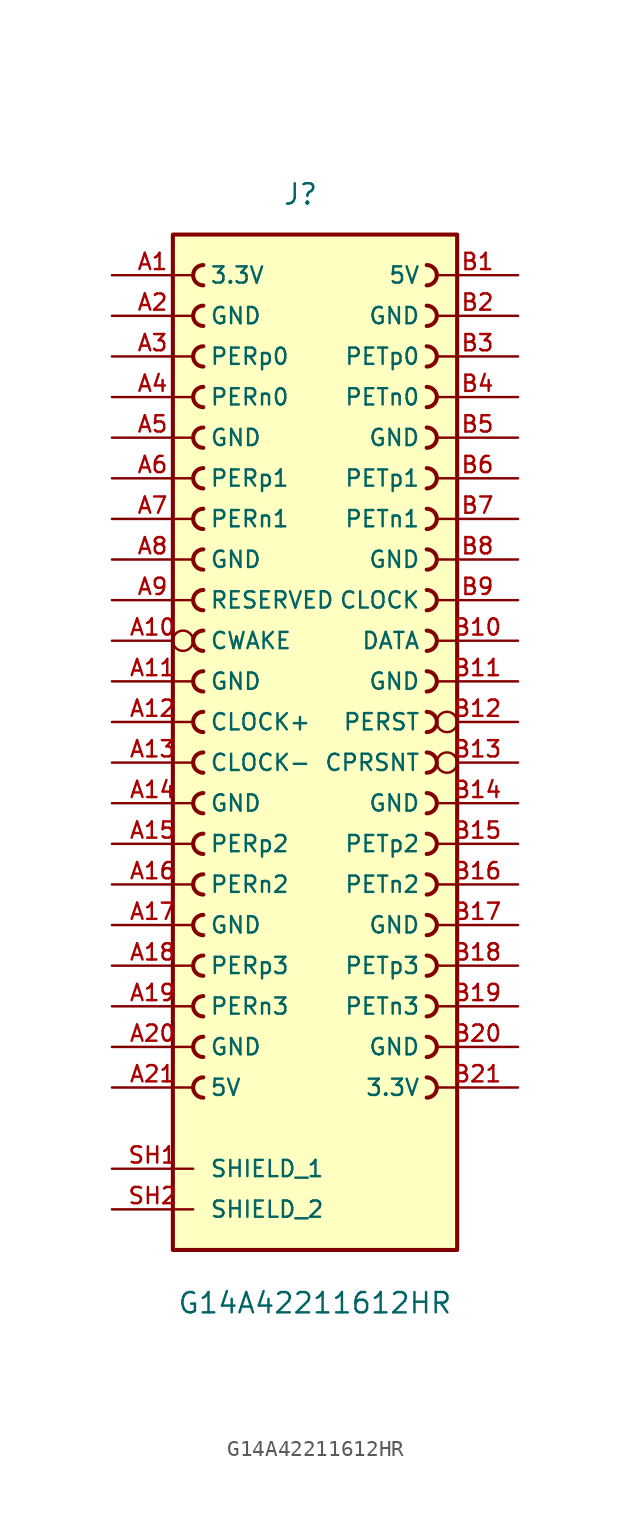
<source format=kicad_sym>
(kicad_symbol_lib
  (version 20231120)
  (generator "kicad_symbol_editor")
  (generator_version "8.0")
  (symbol "G14A42211612HR"
    (pin_names
      (offset 1.016))
    (property "Reference" "J"
      (at -2.032 33.528 0)
      (effects (font (size 1.27 1.27)) (justify left bottom)))
    (property "Value" "G14A42211612HR"
      (at -8.636 -35.814 0)
      (effects (font (size 1.27 1.27)) (justify left bottom)))
    (symbol "G14A42211612HR_0_0"
      (rectangle (start -8.89 31.75) (end 8.89 -31.75) (stroke (width 0.254) (type default)) (fill (type background)))
      (arc (start -6.985 -20.955) (mid -7.6172 -21.59) (end -6.985 -22.225) (stroke (width 0.254) (type default)) (fill (type none)))
      (arc (start -6.985 -18.415) (mid -7.6172 -19.05) (end -6.985 -19.685) (stroke (width 0.254) (type default)) (fill (type none)))
      (arc (start -6.985 -15.875) (mid -7.6172 -16.51) (end -6.985 -17.145) (stroke (width 0.254) (type default)) (fill (type none)))
      (arc (start -6.985 -13.335) (mid -7.6172 -13.97) (end -6.985 -14.605) (stroke (width 0.254) (type default)) (fill (type none)))
      (arc (start -6.985 -10.795) (mid -7.6172 -11.43) (end -6.985 -12.065) (stroke (width 0.254) (type default)) (fill (type none)))
      (arc (start -6.985 -8.255) (mid -7.6172 -8.89) (end -6.985 -9.525) (stroke (width 0.254) (type default)) (fill (type none)))
      (arc (start -6.985 -5.715) (mid -7.6172 -6.35) (end -6.985 -6.985) (stroke (width 0.254) (type default)) (fill (type none)))
      (arc (start -6.985 -3.175) (mid -7.6172 -3.81) (end -6.985 -4.445) (stroke (width 0.254) (type default)) (fill (type none)))
      (arc (start -6.985 -0.635) (mid -7.6172 -1.27) (end -6.985 -1.905) (stroke (width 0.254) (type default)) (fill (type none)))
      (arc (start -6.985 1.905) (mid -7.6172 1.27) (end -6.985 0.635) (stroke (width 0.254) (type default)) (fill (type none)))
      (arc (start -6.985 4.445) (mid -7.6172 3.81) (end -6.985 3.175) (stroke (width 0.254) (type default)) (fill (type none)))
      (arc (start -6.985 6.985) (mid -7.6172 6.35) (end -6.985 5.715) (stroke (width 0.254) (type default)) (fill (type none)))
      (arc (start -6.985 9.525) (mid -7.6172 8.89) (end -6.985 8.255) (stroke (width 0.254) (type default)) (fill (type none)))
      (arc (start -6.985 12.065) (mid -7.6172 11.43) (end -6.985 10.795) (stroke (width 0.254) (type default)) (fill (type none)))
      (arc (start -6.985 14.605) (mid -7.6172 13.97) (end -6.985 13.335) (stroke (width 0.254) (type default)) (fill (type none)))
      (arc (start -6.985 17.145) (mid -7.6172 16.51) (end -6.985 15.875) (stroke (width 0.254) (type default)) (fill (type none)))
      (arc (start -6.985 19.685) (mid -7.6172 19.05) (end -6.985 18.415) (stroke (width 0.254) (type default)) (fill (type none)))
      (arc (start -6.985 22.225) (mid -7.6172 21.59) (end -6.985 20.955) (stroke (width 0.254) (type default)) (fill (type none)))
      (arc (start -6.985 24.765) (mid -7.6172 24.13) (end -6.985 23.495) (stroke (width 0.254) (type default)) (fill (type none)))
      (arc (start -6.985 27.305) (mid -7.6172 26.67) (end -6.985 26.035) (stroke (width 0.254) (type default)) (fill (type none)))
      (arc (start -6.985 29.845) (mid -7.6172 29.21) (end -6.985 28.575) (stroke (width 0.254) (type default)) (fill (type none)))
      (arc (start 6.985 -22.225) (mid 7.617 -21.59) (end 6.985 -20.955) (stroke (width 0.254) (type default)) (fill (type none)))
      (arc (start 6.985 -19.685) (mid 7.617 -19.05) (end 6.985 -18.415) (stroke (width 0.254) (type default)) (fill (type none)))
      (arc (start 6.985 -17.145) (mid 7.617 -16.51) (end 6.985 -15.875) (stroke (width 0.254) (type default)) (fill (type none)))
      (arc (start 6.985 -14.605) (mid 7.617 -13.97) (end 6.985 -13.335) (stroke (width 0.254) (type default)) (fill (type none)))
      (arc (start 6.985 -12.065) (mid 7.617 -11.43) (end 6.985 -10.795) (stroke (width 0.254) (type default)) (fill (type none)))
      (arc (start 6.985 -9.525) (mid 7.617 -8.89) (end 6.985 -8.255) (stroke (width 0.254) (type default)) (fill (type none)))
      (arc (start 6.985 -6.985) (mid 7.617 -6.35) (end 6.985 -5.715) (stroke (width 0.254) (type default)) (fill (type none)))
      (arc (start 6.985 -4.445) (mid 7.617 -3.81) (end 6.985 -3.175) (stroke (width 0.254) (type default)) (fill (type none)))
      (arc (start 6.985 -1.905) (mid 7.617 -1.27) (end 6.985 -0.635) (stroke (width 0.254) (type default)) (fill (type none)))
      (arc (start 6.985 0.635) (mid 7.617 1.27) (end 6.985 1.905) (stroke (width 0.254) (type default)) (fill (type none)))
      (arc (start 6.985 3.175) (mid 7.617 3.81) (end 6.985 4.445) (stroke (width 0.254) (type default)) (fill (type none)))
      (arc (start 6.985 5.715) (mid 7.617 6.35) (end 6.985 6.985) (stroke (width 0.254) (type default)) (fill (type none)))
      (arc (start 6.985 8.255) (mid 7.617 8.89) (end 6.985 9.525) (stroke (width 0.254) (type default)) (fill (type none)))
      (arc (start 6.985 10.795) (mid 7.617 11.43) (end 6.985 12.065) (stroke (width 0.254) (type default)) (fill (type none)))
      (arc (start 6.985 13.335) (mid 7.617 13.97) (end 6.985 14.605) (stroke (width 0.254) (type default)) (fill (type none)))
      (arc (start 6.985 15.875) (mid 7.617 16.51) (end 6.985 17.145) (stroke (width 0.254) (type default)) (fill (type none)))
      (arc (start 6.985 18.415) (mid 7.617 19.05) (end 6.985 19.685) (stroke (width 0.254) (type default)) (fill (type none)))
      (arc (start 6.985 20.955) (mid 7.617 21.59) (end 6.985 22.225) (stroke (width 0.254) (type default)) (fill (type none)))
      (arc (start 6.985 23.495) (mid 7.617 24.13) (end 6.985 24.765) (stroke (width 0.254) (type default)) (fill (type none)))
      (arc (start 6.985 26.035) (mid 7.617 26.67) (end 6.985 27.305) (stroke (width 0.254) (type default)) (fill (type none)))
      (arc (start 6.985 28.575) (mid 7.617 29.21) (end 6.985 29.845) (stroke (width 0.254) (type default)) (fill (type none))))
    (symbol "G14A42211612HR_1_0"
      (pin power_in line (at -12.7 29.21 0) (length 5.08) (name "3.3V" (effects (font (size 1.016 1.016)))) (number "A1" (effects (font (size 1.016 1.016)))))
      (pin passive inverted (at -12.7 6.35 0) (length 5.08) (name "CWAKE" (effects (font (size 1.016 1.016)))) (number "A10" (effects (font (size 1.016 1.016)))))
      (pin power_in line (at -12.7 3.81 0) (length 5.08) (name "GND" (effects (font (size 1.016 1.016)))) (number "A11" (effects (font (size 1.016 1.016)))))
      (pin passive line (at -12.7 1.27 0) (length 5.08) (name "CLOCK+" (effects (font (size 1.016 1.016)))) (number "A12" (effects (font (size 1.016 1.016)))))
      (pin passive line (at -12.7 -1.27 0) (length 5.08) (name "CLOCK-" (effects (font (size 1.016 1.016)))) (number "A13" (effects (font (size 1.016 1.016)))))
      (pin power_in line (at -12.7 -3.81 0) (length 5.08) (name "GND" (effects (font (size 1.016 1.016)))) (number "A14" (effects (font (size 1.016 1.016)))))
      (pin passive line (at -12.7 -6.35 0) (length 5.08) (name "PERp2" (effects (font (size 1.016 1.016)))) (number "A15" (effects (font (size 1.016 1.016)))))
      (pin passive line (at -12.7 -8.89 0) (length 5.08) (name "PERn2" (effects (font (size 1.016 1.016)))) (number "A16" (effects (font (size 1.016 1.016)))))
      (pin power_in line (at -12.7 -11.43 0) (length 5.08) (name "GND" (effects (font (size 1.016 1.016)))) (number "A17" (effects (font (size 1.016 1.016)))))
      (pin passive line (at -12.7 -13.97 0) (length 5.08) (name "PERp3" (effects (font (size 1.016 1.016)))) (number "A18" (effects (font (size 1.016 1.016)))))
      (pin passive line (at -12.7 -16.51 0) (length 5.08) (name "PERn3" (effects (font (size 1.016 1.016)))) (number "A19" (effects (font (size 1.016 1.016)))))
      (pin power_in line (at -12.7 26.67 0) (length 5.08) (name "GND" (effects (font (size 1.016 1.016)))) (number "A2" (effects (font (size 1.016 1.016)))))
      (pin power_in line (at -12.7 -19.05 0) (length 5.08) (name "GND" (effects (font (size 1.016 1.016)))) (number "A20" (effects (font (size 1.016 1.016)))))
      (pin power_in line (at -12.7 -21.59 0) (length 5.08) (name "5V" (effects (font (size 1.016 1.016)))) (number "A21" (effects (font (size 1.016 1.016)))))
      (pin passive line (at -12.7 24.13 0) (length 5.08) (name "PERp0" (effects (font (size 1.016 1.016)))) (number "A3" (effects (font (size 1.016 1.016)))))
      (pin passive line (at -12.7 21.59 0) (length 5.08) (name "PERn0" (effects (font (size 1.016 1.016)))) (number "A4" (effects (font (size 1.016 1.016)))))
      (pin power_in line (at -12.7 19.05 0) (length 5.08) (name "GND" (effects (font (size 1.016 1.016)))) (number "A5" (effects (font (size 1.016 1.016)))))
      (pin passive line (at -12.7 16.51 0) (length 5.08) (name "PERp1" (effects (font (size 1.016 1.016)))) (number "A6" (effects (font (size 1.016 1.016)))))
      (pin passive line (at -12.7 13.97 0) (length 5.08) (name "PERn1" (effects (font (size 1.016 1.016)))) (number "A7" (effects (font (size 1.016 1.016)))))
      (pin power_in line (at -12.7 11.43 0) (length 5.08) (name "GND" (effects (font (size 1.016 1.016)))) (number "A8" (effects (font (size 1.016 1.016)))))
      (pin passive line (at -12.7 8.89 0) (length 5.08) (name "RESERVED" (effects (font (size 1.016 1.016)))) (number "A9" (effects (font (size 1.016 1.016)))))
      (pin power_in line (at 12.7 29.21 180) (length 5.08) (name "5V" (effects (font (size 1.016 1.016)))) (number "B1" (effects (font (size 1.016 1.016)))))
      (pin passive line (at 12.7 6.35 180) (length 5.08) (name "DATA" (effects (font (size 1.016 1.016)))) (number "B10" (effects (font (size 1.016 1.016)))))
      (pin power_in line (at 12.7 3.81 180) (length 5.08) (name "GND" (effects (font (size 1.016 1.016)))) (number "B11" (effects (font (size 1.016 1.016)))))
      (pin passive inverted (at 12.7 1.27 180) (length 5.08) (name "PERST" (effects (font (size 1.016 1.016)))) (number "B12" (effects (font (size 1.016 1.016)))))
      (pin passive inverted (at 12.7 -1.27 180) (length 5.08) (name "CPRSNT" (effects (font (size 1.016 1.016)))) (number "B13" (effects (font (size 1.016 1.016)))))
      (pin power_in line (at 12.7 -3.81 180) (length 5.08) (name "GND" (effects (font (size 1.016 1.016)))) (number "B14" (effects (font (size 1.016 1.016)))))
      (pin passive line (at 12.7 -6.35 180) (length 5.08) (name "PETp2" (effects (font (size 1.016 1.016)))) (number "B15" (effects (font (size 1.016 1.016)))))
      (pin passive line (at 12.7 -8.89 180) (length 5.08) (name "PETn2" (effects (font (size 1.016 1.016)))) (number "B16" (effects (font (size 1.016 1.016)))))
      (pin power_in line (at 12.7 -11.43 180) (length 5.08) (name "GND" (effects (font (size 1.016 1.016)))) (number "B17" (effects (font (size 1.016 1.016)))))
      (pin passive line (at 12.7 -13.97 180) (length 5.08) (name "PETp3" (effects (font (size 1.016 1.016)))) (number "B18" (effects (font (size 1.016 1.016)))))
      (pin passive line (at 12.7 -16.51 180) (length 5.08) (name "PETn3" (effects (font (size 1.016 1.016)))) (number "B19" (effects (font (size 1.016 1.016)))))
      (pin power_in line (at 12.7 26.67 180) (length 5.08) (name "GND" (effects (font (size 1.016 1.016)))) (number "B2" (effects (font (size 1.016 1.016)))))
      (pin power_in line (at 12.7 -19.05 180) (length 5.08) (name "GND" (effects (font (size 1.016 1.016)))) (number "B20" (effects (font (size 1.016 1.016)))))
      (pin power_in line (at 12.7 -21.59 180) (length 5.08) (name "3.3V" (effects (font (size 1.016 1.016)))) (number "B21" (effects (font (size 1.016 1.016)))))
      (pin passive line (at 12.7 24.13 180) (length 5.08) (name "PETp0" (effects (font (size 1.016 1.016)))) (number "B3" (effects (font (size 1.016 1.016)))))
      (pin passive line (at 12.7 21.59 180) (length 5.08) (name "PETn0" (effects (font (size 1.016 1.016)))) (number "B4" (effects (font (size 1.016 1.016)))))
      (pin power_in line (at 12.7 19.05 180) (length 5.08) (name "GND" (effects (font (size 1.016 1.016)))) (number "B5" (effects (font (size 1.016 1.016)))))
      (pin passive line (at 12.7 16.51 180) (length 5.08) (name "PETp1" (effects (font (size 1.016 1.016)))) (number "B6" (effects (font (size 1.016 1.016)))))
      (pin passive line (at 12.7 13.97 180) (length 5.08) (name "PETn1" (effects (font (size 1.016 1.016)))) (number "B7" (effects (font (size 1.016 1.016)))))
      (pin power_in line (at 12.7 11.43 180) (length 5.08) (name "GND" (effects (font (size 1.016 1.016)))) (number "B8" (effects (font (size 1.016 1.016)))))
      (pin passive line (at 12.7 8.89 180) (length 5.08) (name "CLOCK" (effects (font (size 1.016 1.016)))) (number "B9" (effects (font (size 1.016 1.016)))))
      (pin passive line (at -12.7 -26.67 0) (length 5.08) (name "SHIELD_1" (effects (font (size 1.016 1.016)))) (number "SH1" (effects (font (size 1.016 1.016)))))
      (pin passive line (at -12.7 -29.21 0) (length 5.08) (name "SHIELD_2" (effects (font (size 1.016 1.016)))) (number "SH2" (effects (font (size 1.016 1.016))))))))
</source>
